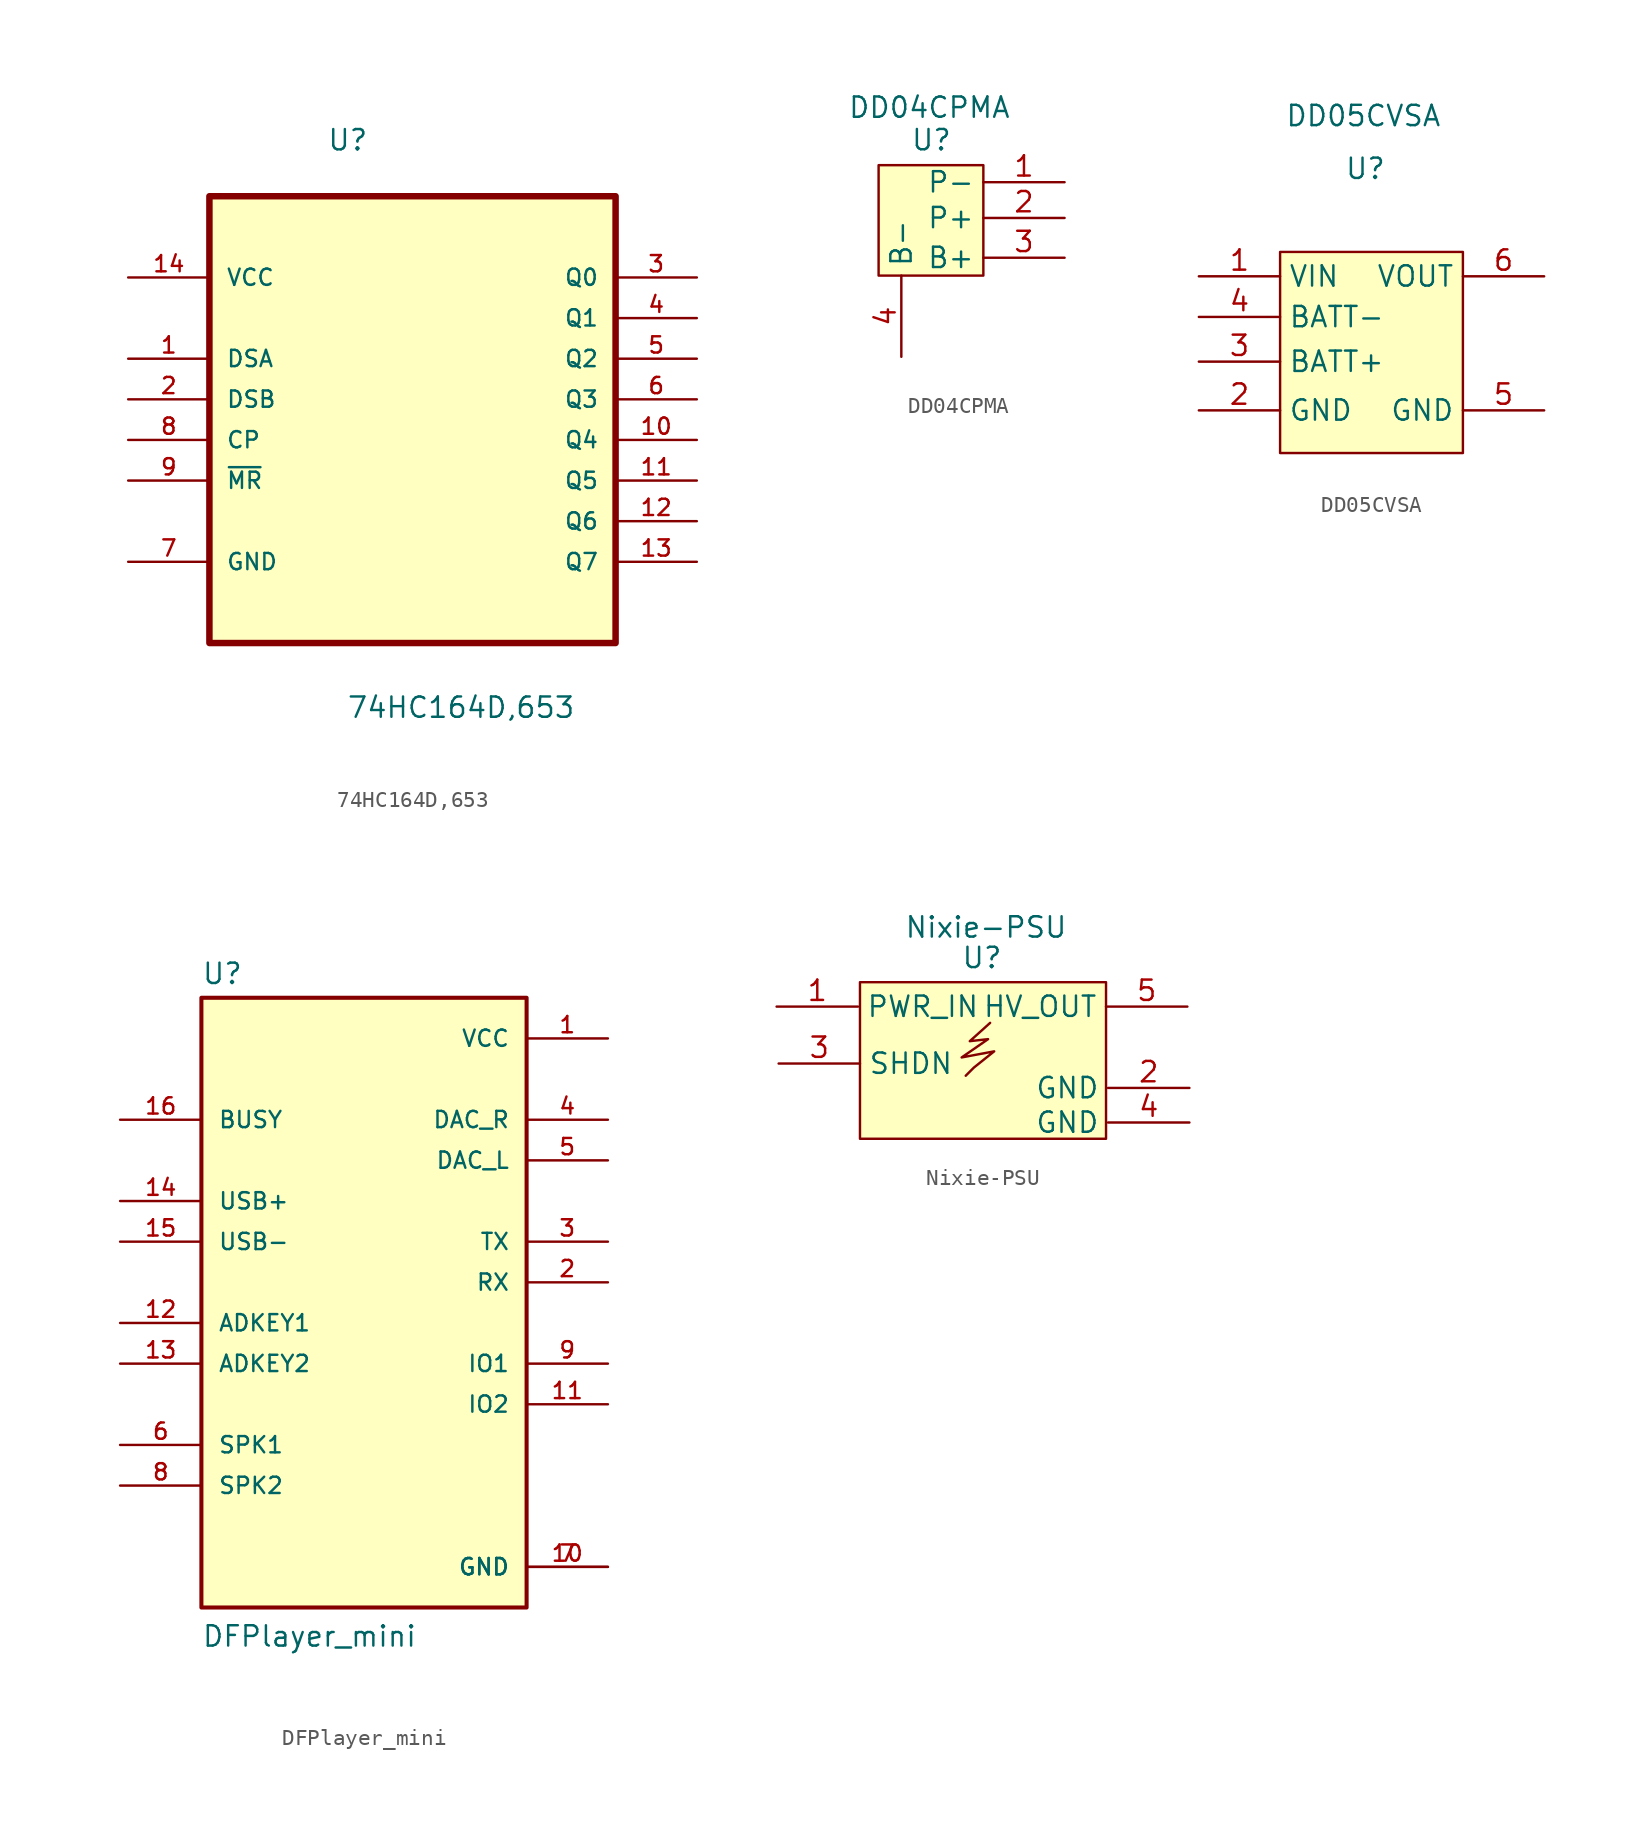
<source format=kicad_sym>
(kicad_symbol_lib
  (version 20211014)
  (generator kicad_symbol_editor)
  (symbol "74HC164D,653"
    (pin_names
      (offset 1.016))
    (property "Reference" "U"
      (at -5.359 12.929 0)
      (effects (font (size 1.27 1.27)) (justify left bottom)))
    (property "Value" "74HC164D,653"
      (at -4.14 -22.555 0)
      (effects (font (size 1.27 1.27)) (justify left bottom)))
    (property "ki_locked" ""
      (at 0 0 0)
      (effects (font (size 1.27 1.27))))
    (symbol "74HC164D,653_0_0"
      (rectangle (start -12.7 -17.78) (end 12.7 10.16) (stroke (width 0.406) (type default) (color 0 0 0 0)) (fill (type background)))
      (pin input line (at -17.78 0 0) (length 5.08) (name "DSA" (effects (font (size 1.016 1.016)))) (number "1" (effects (font (size 1.016 1.016)))))
      (pin output line (at 17.78 -5.08 180) (length 5.08) (name "Q4" (effects (font (size 1.016 1.016)))) (number "10" (effects (font (size 1.016 1.016)))))
      (pin output line (at 17.78 -7.62 180) (length 5.08) (name "Q5" (effects (font (size 1.016 1.016)))) (number "11" (effects (font (size 1.016 1.016)))))
      (pin output line (at 17.78 -10.16 180) (length 5.08) (name "Q6" (effects (font (size 1.016 1.016)))) (number "12" (effects (font (size 1.016 1.016)))))
      (pin output line (at 17.78 -12.7 180) (length 5.08) (name "Q7" (effects (font (size 1.016 1.016)))) (number "13" (effects (font (size 1.016 1.016)))))
      (pin power_in line (at -17.78 5.08 0) (length 5.08) (name "VCC" (effects (font (size 1.016 1.016)))) (number "14" (effects (font (size 1.016 1.016)))))
      (pin input line (at -17.78 -2.54 0) (length 5.08) (name "DSB" (effects (font (size 1.016 1.016)))) (number "2" (effects (font (size 1.016 1.016)))))
      (pin output line (at 17.78 5.08 180) (length 5.08) (name "Q0" (effects (font (size 1.016 1.016)))) (number "3" (effects (font (size 1.016 1.016)))))
      (pin output line (at 17.78 2.54 180) (length 5.08) (name "Q1" (effects (font (size 1.016 1.016)))) (number "4" (effects (font (size 1.016 1.016)))))
      (pin output line (at 17.78 0 180) (length 5.08) (name "Q2" (effects (font (size 1.016 1.016)))) (number "5" (effects (font (size 1.016 1.016)))))
      (pin output line (at 17.78 -2.54 180) (length 5.08) (name "Q3" (effects (font (size 1.016 1.016)))) (number "6" (effects (font (size 1.016 1.016)))))
      (pin passive line (at -17.78 -12.7 0) (length 5.08) (name "GND" (effects (font (size 1.016 1.016)))) (number "7" (effects (font (size 1.016 1.016)))))
      (pin input line (at -17.78 -5.08 0) (length 5.08) (name "CP" (effects (font (size 1.016 1.016)))) (number "8" (effects (font (size 1.016 1.016)))))
      (pin input line (at -17.78 -7.62 0) (length 5.08) (name "~{MR}" (effects (font (size 1.016 1.016)))) (number "9" (effects (font (size 1.016 1.016)))))))
  (symbol "DD04CPMA"
    (property "Reference" "U"
      (at 0 5.537 0)
      (effects (font (size 1.27 1.27))))
    (property "Value" "DD04CPMA"
      (at -0.127 7.569 0)
      (effects (font (size 1.27 1.27))))
    (symbol "DD04CPMA_0_1"
      (rectangle (start -3.302 3.962) (end 3.251 -2.946) (stroke (width 0.152) (type default) (color 0 0 0 0)) (fill (type background))))
    (symbol "DD04CPMA_1_1"
      (pin passive line (at 8.331 2.896 180) (length 5.08) (name "P-" (effects (font (size 1.27 1.27)))) (number "1" (effects (font (size 1.27 1.27)))))
      (pin passive line (at 8.331 0.66 180) (length 5.08) (name "P+" (effects (font (size 1.27 1.27)))) (number "2" (effects (font (size 1.27 1.27)))))
      (pin passive line (at 8.331 -1.829 180) (length 5.08) (name "B+" (effects (font (size 1.27 1.27)))) (number "3" (effects (font (size 1.27 1.27)))))
      (pin passive line (at -1.88 -8.026 90) (length 5.08) (name "B-" (effects (font (size 1.27 1.27)))) (number "4" (effects (font (size 1.27 1.27)))))))
  (symbol "DD05CVSA"
    (property "Reference" "U"
      (at -0.508 14.351 0)
      (effects (font (size 1.27 1.27))))
    (property "Value" "DD05CVSA"
      (at -0.635 17.653 0)
      (effects (font (size 1.27 1.27))))
    (symbol "DD05CVSA_0_1"
      (rectangle (start -5.842 9.144) (end 5.588 -3.429) (stroke (width 0.152) (type default) (color 0 0 0 0)) (fill (type background))))
    (symbol "DD05CVSA_1_1"
      (pin passive line (at -10.922 7.62 0) (length 5.08) (name "VIN" (effects (font (size 1.27 1.27)))) (number "1" (effects (font (size 1.27 1.27)))))
      (pin passive line (at -10.922 -0.762 0) (length 5.08) (name "GND" (effects (font (size 1.27 1.27)))) (number "2" (effects (font (size 1.27 1.27)))))
      (pin passive line (at -10.922 2.286 0) (length 5.08) (name "BATT+" (effects (font (size 1.27 1.27)))) (number "3" (effects (font (size 1.27 1.27)))))
      (pin passive line (at -10.922 5.08 0) (length 5.08) (name "BATT-" (effects (font (size 1.27 1.27)))) (number "4" (effects (font (size 1.27 1.27)))))
      (pin passive line (at 10.668 -0.762 180) (length 5.08) (name "GND" (effects (font (size 1.27 1.27)))) (number "5" (effects (font (size 1.27 1.27)))))
      (pin passive line (at 10.668 7.62 180) (length 5.08) (name "VOUT" (effects (font (size 1.27 1.27)))) (number "6" (effects (font (size 1.27 1.27)))))))
  (symbol "DFPlayer_mini"
    (pin_names
      (offset 1.016))
    (property "Reference" "U"
      (at -10.16 18.542 0)
      (effects (font (size 1.27 1.27)) (justify left bottom)))
    (property "Value" "DFPlayer_mini"
      (at -10.16 -22.86 0)
      (effects (font (size 1.27 1.27)) (justify left bottom)))
    (property "ki_locked" ""
      (at 0 0 0)
      (effects (font (size 1.27 1.27))))
    (symbol "DFPlayer_mini_0_0"
      (rectangle (start -10.16 -20.32) (end 10.16 17.78) (stroke (width 0.254) (type default) (color 0 0 0 0)) (fill (type background)))
      (pin power_in line (at 15.24 15.24 180) (length 5.08) (name "VCC" (effects (font (size 1.016 1.016)))) (number "1" (effects (font (size 1.016 1.016)))))
      (pin power_in line (at 15.24 -17.78 180) (length 5.08) (name "GND" (effects (font (size 1.016 1.016)))) (number "10" (effects (font (size 1.016 1.016)))))
      (pin bidirectional line (at 15.24 -7.62 180) (length 5.08) (name "IO2" (effects (font (size 1.016 1.016)))) (number "11" (effects (font (size 1.016 1.016)))))
      (pin input line (at -15.24 -2.54 0) (length 5.08) (name "ADKEY1" (effects (font (size 1.016 1.016)))) (number "12" (effects (font (size 1.016 1.016)))))
      (pin input line (at -15.24 -5.08 0) (length 5.08) (name "ADKEY2" (effects (font (size 1.016 1.016)))) (number "13" (effects (font (size 1.016 1.016)))))
      (pin input line (at -15.24 5.08 0) (length 5.08) (name "USB+" (effects (font (size 1.016 1.016)))) (number "14" (effects (font (size 1.016 1.016)))))
      (pin input line (at -15.24 2.54 0) (length 5.08) (name "USB-" (effects (font (size 1.016 1.016)))) (number "15" (effects (font (size 1.016 1.016)))))
      (pin input line (at -15.24 10.16 0) (length 5.08) (name "BUSY" (effects (font (size 1.016 1.016)))) (number "16" (effects (font (size 1.016 1.016)))))
      (pin input line (at 15.24 0 180) (length 5.08) (name "RX" (effects (font (size 1.016 1.016)))) (number "2" (effects (font (size 1.016 1.016)))))
      (pin output line (at 15.24 2.54 180) (length 5.08) (name "TX" (effects (font (size 1.016 1.016)))) (number "3" (effects (font (size 1.016 1.016)))))
      (pin output line (at 15.24 10.16 180) (length 5.08) (name "DAC_R" (effects (font (size 1.016 1.016)))) (number "4" (effects (font (size 1.016 1.016)))))
      (pin output line (at 15.24 7.62 180) (length 5.08) (name "DAC_L" (effects (font (size 1.016 1.016)))) (number "5" (effects (font (size 1.016 1.016)))))
      (pin passive line (at -15.24 -10.16 0) (length 5.08) (name "SPK1" (effects (font (size 1.016 1.016)))) (number "6" (effects (font (size 1.016 1.016)))))
      (pin power_in line (at 15.24 -17.78 180) (length 5.08) (name "GND" (effects (font (size 1.016 1.016)))) (number "7" (effects (font (size 1.016 1.016)))))
      (pin passive line (at -15.24 -12.7 0) (length 5.08) (name "SPK2" (effects (font (size 1.016 1.016)))) (number "8" (effects (font (size 1.016 1.016)))))
      (pin bidirectional line (at 15.24 -5.08 180) (length 5.08) (name "IO1" (effects (font (size 1.016 1.016)))) (number "9" (effects (font (size 1.016 1.016)))))))
  (symbol "Nixie-PSU"
    (property "Reference" "U"
      (at 0 6.858 0)
      (effects (font (size 1.27 1.27))))
    (property "Value" "Nixie-PSU"
      (at 0.254 8.763 0)
      (effects (font (size 1.27 1.27))))
    (symbol "Nixie-PSU_0_1"
      (rectangle (start -7.62 5.334) (end 7.747 -4.445) (stroke (width 0.152) (type default) (color 0 0 0 0)) (fill (type background)))
      (polyline (pts (xy 0.508 2.794) (xy -0.762 1.651) (xy 0.381 1.778) (xy -1.27 0.635) (xy 0.762 1.016) (xy -0.508 0) (xy -1.016 -0.508)) (stroke (width 0.152) (type default) (color 0 0 0 0)) (fill (type none))))
    (symbol "Nixie-PSU_1_1"
      (pin passive line (at -12.827 3.81 0) (length 5.08) (name "PWR_IN" (effects (font (size 1.27 1.27)))) (number "1" (effects (font (size 1.27 1.27)))))
      (pin passive line (at 12.954 -1.27 180) (length 5.08) (name "GND" (effects (font (size 1.27 1.27)))) (number "2" (effects (font (size 1.27 1.27)))))
      (pin passive line (at -12.7 0.254 0) (length 5.08) (name "SHDN" (effects (font (size 1.27 1.27)))) (number "3" (effects (font (size 1.27 1.27)))))
      (pin passive line (at 12.954 -3.429 180) (length 5.08) (name "GND" (effects (font (size 1.27 1.27)))) (number "4" (effects (font (size 1.27 1.27)))))
      (pin passive line (at 12.827 3.81 180) (length 5.08) (name "HV_OUT" (effects (font (size 1.27 1.27)))) (number "5" (effects (font (size 1.27 1.27))))))))
</source>
